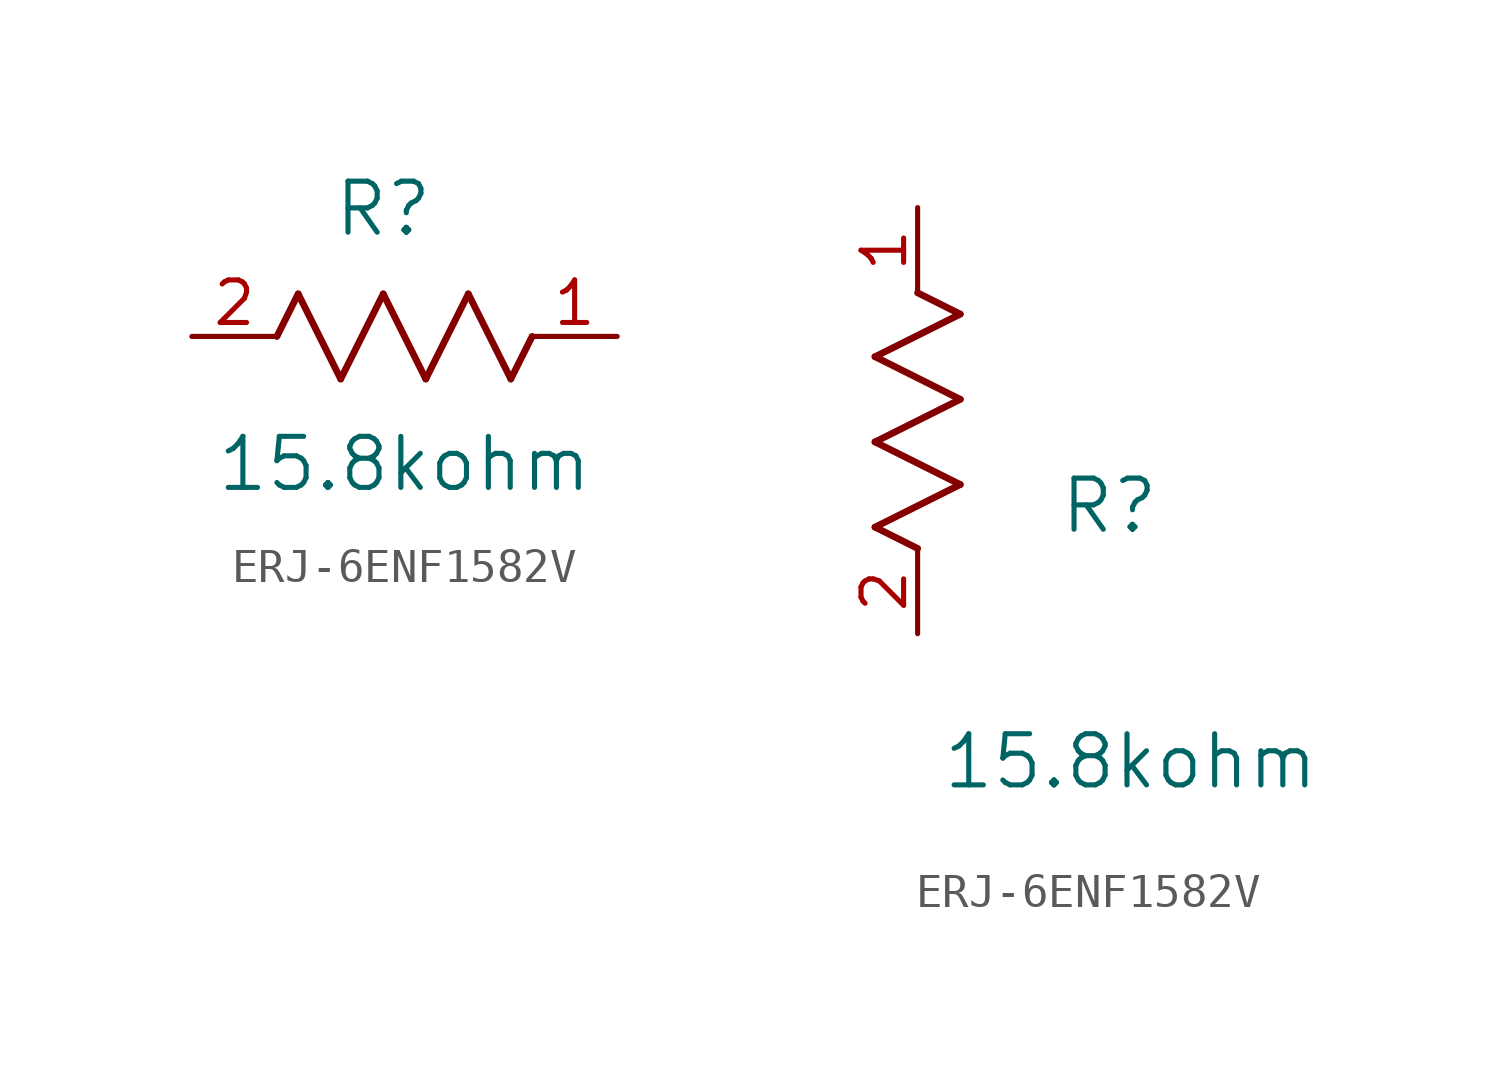
<source format=kicad_sym>
(kicad_symbol_lib
  (version 20220914)
  (generator kicad_symbol_editor)
  (symbol "ERJ-6ENF1582V"
    (pin_names
      (offset 0.254))
    (property "Reference" "R"
      (at 5.715 3.81 0)
      (effects (font (size 1.524 1.524))))
    (property "Value" "15.8kohm"
      (at 6.35 -3.81 0)
      (effects (font (size 1.524 1.524))))
    (symbol "ERJ-6ENF1582V_1_1"
      (polyline (pts (xy 2.54 0) (xy 3.175 1.27)) (stroke (width 0.203) (type default)) (fill (type none)))
      (polyline (pts (xy 3.175 1.27) (xy 4.445 -1.27)) (stroke (width 0.203) (type default)) (fill (type none)))
      (polyline (pts (xy 4.445 -1.27) (xy 5.715 1.27)) (stroke (width 0.203) (type default)) (fill (type none)))
      (polyline (pts (xy 5.715 1.27) (xy 6.985 -1.27)) (stroke (width 0.203) (type default)) (fill (type none)))
      (polyline (pts (xy 6.985 -1.27) (xy 8.255 1.27)) (stroke (width 0.203) (type default)) (fill (type none)))
      (polyline (pts (xy 8.255 1.27) (xy 9.525 -1.27)) (stroke (width 0.203) (type default)) (fill (type none)))
      (polyline (pts (xy 9.525 -1.27) (xy 10.16 0)) (stroke (width 0.203) (type default)) (fill (type none)))
      (pin unspecified line (at 12.7 0 180) (length 2.54) (name "" (effects (font (size 1.27 1.27)))) (number "1" (effects (font (size 1.27 1.27)))))
      (pin unspecified line (at 0 0 0) (length 2.54) (name "" (effects (font (size 1.27 1.27)))) (number "2" (effects (font (size 1.27 1.27))))))
    (symbol "ERJ-6ENF1582V_1_2"
      (polyline (pts (xy -1.27 3.175) (xy 1.27 4.445)) (stroke (width 0.203) (type default)) (fill (type none)))
      (polyline (pts (xy -1.27 5.715) (xy 1.27 6.985)) (stroke (width 0.203) (type default)) (fill (type none)))
      (polyline (pts (xy -1.27 8.255) (xy 1.27 9.525)) (stroke (width 0.203) (type default)) (fill (type none)))
      (polyline (pts (xy 0 2.54) (xy -1.27 3.175)) (stroke (width 0.203) (type default)) (fill (type none)))
      (polyline (pts (xy 1.27 4.445) (xy -1.27 5.715)) (stroke (width 0.203) (type default)) (fill (type none)))
      (polyline (pts (xy 1.27 6.985) (xy -1.27 8.255)) (stroke (width 0.203) (type default)) (fill (type none)))
      (polyline (pts (xy 1.27 9.525) (xy 0 10.16)) (stroke (width 0.203) (type default)) (fill (type none)))
      (pin unspecified line (at 0 12.7 270) (length 2.54) (name "" (effects (font (size 1.27 1.27)))) (number "1" (effects (font (size 1.27 1.27)))))
      (pin unspecified line (at 0 0 90) (length 2.54) (name "" (effects (font (size 1.27 1.27)))) (number "2" (effects (font (size 1.27 1.27))))))))
</source>
